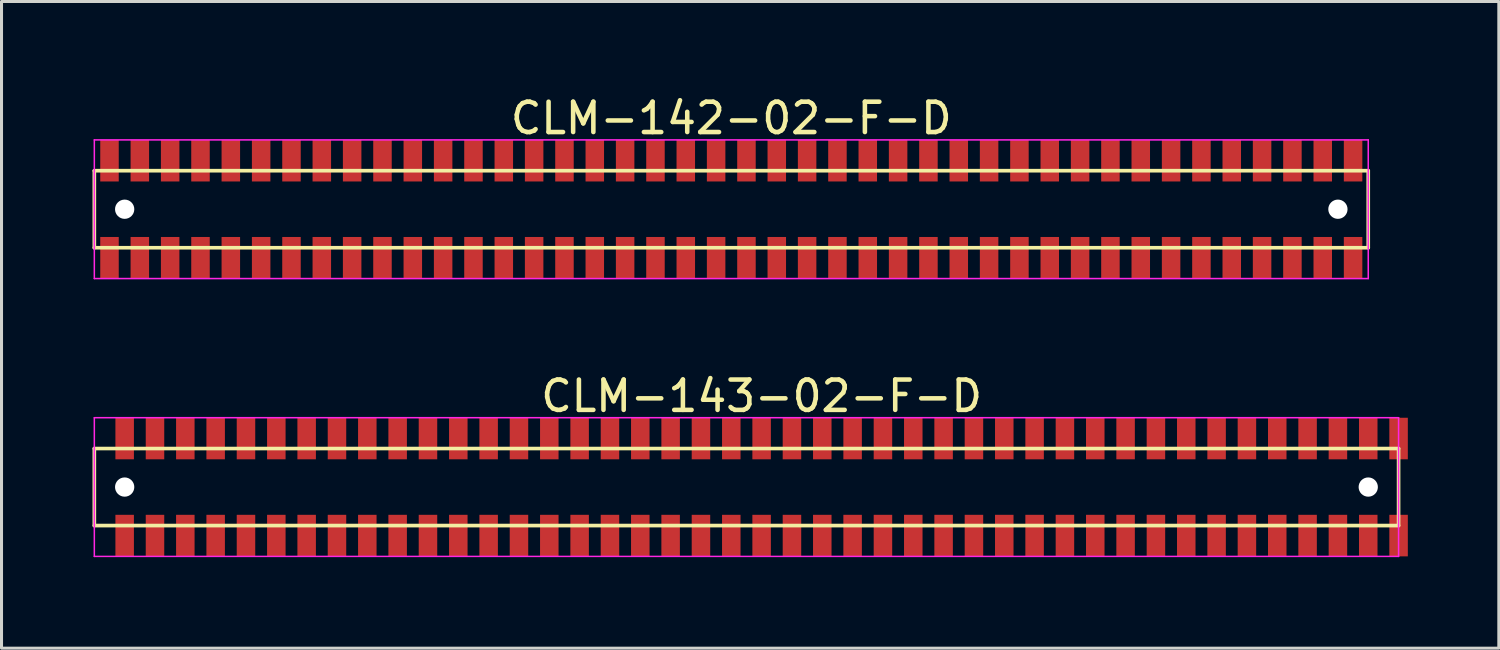
<source format=kicad_pcb>
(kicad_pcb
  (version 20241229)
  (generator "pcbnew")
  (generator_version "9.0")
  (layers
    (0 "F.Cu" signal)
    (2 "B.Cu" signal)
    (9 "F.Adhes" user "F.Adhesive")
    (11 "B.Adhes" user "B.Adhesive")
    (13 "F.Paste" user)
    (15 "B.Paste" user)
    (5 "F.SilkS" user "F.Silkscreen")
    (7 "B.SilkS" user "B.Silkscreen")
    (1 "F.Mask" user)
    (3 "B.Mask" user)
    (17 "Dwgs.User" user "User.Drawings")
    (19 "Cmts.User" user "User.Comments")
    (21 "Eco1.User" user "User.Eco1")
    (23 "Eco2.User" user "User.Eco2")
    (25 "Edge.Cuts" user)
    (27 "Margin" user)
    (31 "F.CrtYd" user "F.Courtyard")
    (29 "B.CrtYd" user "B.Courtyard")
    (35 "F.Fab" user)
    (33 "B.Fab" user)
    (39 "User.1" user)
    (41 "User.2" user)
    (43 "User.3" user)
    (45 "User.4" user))
  (footprint "CLM-142-02-F-D"
    (layer "F.Cu")
    (at 21.06 3.848)
    (property "Reference" "CLM-142-02-F-D" (at 0 -3 0) (layer "F.SilkS") (effects (font (size 1 1) (thickness 0.15))))
    (attr through_hole)
    (fp_line (start -21 -1.27) (end -21 1.27) (stroke (width 0.12) (type solid)) (layer "F.SilkS"))
    (fp_line (start -21 1.27) (end 21 1.27) (stroke (width 0.12) (type solid)) (layer "F.SilkS"))
    (fp_line (start 21 -1.27) (end -21 -1.27) (stroke (width 0.12) (type solid)) (layer "F.SilkS"))
    (fp_line (start 21 1.27) (end 21 -1.27) (stroke (width 0.12) (type solid)) (layer "F.SilkS"))
    (fp_line (start -21 -2.286) (end -21 2.286) (stroke (width 0.05) (type solid)) (layer "F.CrtYd"))
    (fp_line (start -21 2.286) (end 21 2.286) (stroke (width 0.05) (type solid)) (layer "F.CrtYd"))
    (fp_line (start 21 -2.286) (end -21 -2.286) (stroke (width 0.05) (type solid)) (layer "F.CrtYd"))
    (fp_line (start 21 2.286) (end 21 -2.286) (stroke (width 0.05) (type solid)) (layer "F.CrtYd"))
    (pad "" np_thru_hole circle (at -20 0) (size 0.635 0.635) (drill 0.635) (layers "*.Cu" "*.Mask"))
    (pad "" np_thru_hole circle (at 20 0) (size 0.635 0.635) (drill 0.635) (layers "*.Cu" "*.Mask"))
    (pad "1" smd rect (at -20.5 -1.6) (size 0.61 1.37) (layers "F.Cu" "F.Mask" "F.Paste"))
    (pad "2" smd rect (at -20.5 1.6) (size 0.61 1.37) (layers "F.Cu" "F.Mask" "F.Paste"))
    (pad "3" smd rect (at -19.5 -1.6) (size 0.61 1.37) (layers "F.Cu" "F.Mask" "F.Paste"))
    (pad "4" smd rect (at -19.5 1.6) (size 0.61 1.37) (layers "F.Cu" "F.Mask" "F.Paste"))
    (pad "5" smd rect (at -18.5 -1.6) (size 0.61 1.37) (layers "F.Cu" "F.Mask" "F.Paste"))
    (pad "6" smd rect (at -18.5 1.6) (size 0.61 1.37) (layers "F.Cu" "F.Mask" "F.Paste"))
    (pad "7" smd rect (at -17.5 -1.6) (size 0.61 1.37) (layers "F.Cu" "F.Mask" "F.Paste"))
    (pad "8" smd rect (at -17.5 1.6) (size 0.61 1.37) (layers "F.Cu" "F.Mask" "F.Paste"))
    (pad "9" smd rect (at -16.5 -1.6) (size 0.61 1.37) (layers "F.Cu" "F.Mask" "F.Paste"))
    (pad "10" smd rect (at -16.5 1.6) (size 0.61 1.37) (layers "F.Cu" "F.Mask" "F.Paste"))
    (pad "11" smd rect (at -15.5 -1.6) (size 0.61 1.37) (layers "F.Cu" "F.Mask" "F.Paste"))
    (pad "12" smd rect (at -15.5 1.6) (size 0.61 1.37) (layers "F.Cu" "F.Mask" "F.Paste"))
    (pad "13" smd rect (at -14.5 -1.6) (size 0.61 1.37) (layers "F.Cu" "F.Mask" "F.Paste"))
    (pad "14" smd rect (at -14.5 1.6) (size 0.61 1.37) (layers "F.Cu" "F.Mask" "F.Paste"))
    (pad "15" smd rect (at -13.5 -1.6) (size 0.61 1.37) (layers "F.Cu" "F.Mask" "F.Paste"))
    (pad "16" smd rect (at -13.5 1.6) (size 0.61 1.37) (layers "F.Cu" "F.Mask" "F.Paste"))
    (pad "17" smd rect (at -12.5 -1.6) (size 0.61 1.37) (layers "F.Cu" "F.Mask" "F.Paste"))
    (pad "18" smd rect (at -12.5 1.6) (size 0.61 1.37) (layers "F.Cu" "F.Mask" "F.Paste"))
    (pad "19" smd rect (at -11.5 -1.6) (size 0.61 1.37) (layers "F.Cu" "F.Mask" "F.Paste"))
    (pad "20" smd rect (at -11.5 1.6) (size 0.61 1.37) (layers "F.Cu" "F.Mask" "F.Paste"))
    (pad "21" smd rect (at -10.5 -1.6) (size 0.61 1.37) (layers "F.Cu" "F.Mask" "F.Paste"))
    (pad "22" smd rect (at -10.5 1.6) (size 0.61 1.37) (layers "F.Cu" "F.Mask" "F.Paste"))
    (pad "23" smd rect (at -9.5 -1.6) (size 0.61 1.37) (layers "F.Cu" "F.Mask" "F.Paste"))
    (pad "24" smd rect (at -9.5 1.6) (size 0.61 1.37) (layers "F.Cu" "F.Mask" "F.Paste"))
    (pad "25" smd rect (at -8.5 -1.6) (size 0.61 1.37) (layers "F.Cu" "F.Mask" "F.Paste"))
    (pad "26" smd rect (at -8.5 1.6) (size 0.61 1.37) (layers "F.Cu" "F.Mask" "F.Paste"))
    (pad "27" smd rect (at -7.5 -1.6) (size 0.61 1.37) (layers "F.Cu" "F.Mask" "F.Paste"))
    (pad "28" smd rect (at -7.5 1.6) (size 0.61 1.37) (layers "F.Cu" "F.Mask" "F.Paste"))
    (pad "29" smd rect (at -6.5 -1.6) (size 0.61 1.37) (layers "F.Cu" "F.Mask" "F.Paste"))
    (pad "30" smd rect (at -6.5 1.6) (size 0.61 1.37) (layers "F.Cu" "F.Mask" "F.Paste"))
    (pad "31" smd rect (at -5.5 -1.6) (size 0.61 1.37) (layers "F.Cu" "F.Mask" "F.Paste"))
    (pad "32" smd rect (at -5.5 1.6) (size 0.61 1.37) (layers "F.Cu" "F.Mask" "F.Paste"))
    (pad "33" smd rect (at -4.5 -1.6) (size 0.61 1.37) (layers "F.Cu" "F.Mask" "F.Paste"))
    (pad "34" smd rect (at -4.5 1.6) (size 0.61 1.37) (layers "F.Cu" "F.Mask" "F.Paste"))
    (pad "35" smd rect (at -3.5 -1.6) (size 0.61 1.37) (layers "F.Cu" "F.Mask" "F.Paste"))
    (pad "36" smd rect (at -3.5 1.6) (size 0.61 1.37) (layers "F.Cu" "F.Mask" "F.Paste"))
    (pad "37" smd rect (at -2.5 -1.6) (size 0.61 1.37) (layers "F.Cu" "F.Mask" "F.Paste"))
    (pad "38" smd rect (at -2.5 1.6) (size 0.61 1.37) (layers "F.Cu" "F.Mask" "F.Paste"))
    (pad "39" smd rect (at -1.5 -1.6) (size 0.61 1.37) (layers "F.Cu" "F.Mask" "F.Paste"))
    (pad "40" smd rect (at -1.5 1.6) (size 0.61 1.37) (layers "F.Cu" "F.Mask" "F.Paste"))
    (pad "41" smd rect (at -0.5 -1.6) (size 0.61 1.37) (layers "F.Cu" "F.Mask" "F.Paste"))
    (pad "42" smd rect (at -0.5 1.6) (size 0.61 1.37) (layers "F.Cu" "F.Mask" "F.Paste"))
    (pad "43" smd rect (at 0.5 -1.6) (size 0.61 1.37) (layers "F.Cu" "F.Mask" "F.Paste"))
    (pad "44" smd rect (at 0.5 1.6) (size 0.61 1.37) (layers "F.Cu" "F.Mask" "F.Paste"))
    (pad "45" smd rect (at 1.5 -1.6) (size 0.61 1.37) (layers "F.Cu" "F.Mask" "F.Paste"))
    (pad "46" smd rect (at 1.5 1.6) (size 0.61 1.37) (layers "F.Cu" "F.Mask" "F.Paste"))
    (pad "47" smd rect (at 2.5 -1.6) (size 0.61 1.37) (layers "F.Cu" "F.Mask" "F.Paste"))
    (pad "48" smd rect (at 2.5 1.6) (size 0.61 1.37) (layers "F.Cu" "F.Mask" "F.Paste"))
    (pad "49" smd rect (at 3.5 -1.6) (size 0.61 1.37) (layers "F.Cu" "F.Mask" "F.Paste"))
    (pad "50" smd rect (at 3.5 1.6) (size 0.61 1.37) (layers "F.Cu" "F.Mask" "F.Paste"))
    (pad "51" smd rect (at 4.5 -1.6) (size 0.61 1.37) (layers "F.Cu" "F.Mask" "F.Paste"))
    (pad "52" smd rect (at 4.5 1.6) (size 0.61 1.37) (layers "F.Cu" "F.Mask" "F.Paste"))
    (pad "53" smd rect (at 5.5 -1.6) (size 0.61 1.37) (layers "F.Cu" "F.Mask" "F.Paste"))
    (pad "54" smd rect (at 5.5 1.6) (size 0.61 1.37) (layers "F.Cu" "F.Mask" "F.Paste"))
    (pad "55" smd rect (at 6.5 -1.6) (size 0.61 1.37) (layers "F.Cu" "F.Mask" "F.Paste"))
    (pad "56" smd rect (at 6.5 1.6) (size 0.61 1.37) (layers "F.Cu" "F.Mask" "F.Paste"))
    (pad "57" smd rect (at 7.5 -1.6) (size 0.61 1.37) (layers "F.Cu" "F.Mask" "F.Paste"))
    (pad "58" smd rect (at 7.5 1.6) (size 0.61 1.37) (layers "F.Cu" "F.Mask" "F.Paste"))
    (pad "59" smd rect (at 8.5 -1.6) (size 0.61 1.37) (layers "F.Cu" "F.Mask" "F.Paste"))
    (pad "60" smd rect (at 8.5 1.6) (size 0.61 1.37) (layers "F.Cu" "F.Mask" "F.Paste"))
    (pad "61" smd rect (at 9.5 -1.6) (size 0.61 1.37) (layers "F.Cu" "F.Mask" "F.Paste"))
    (pad "62" smd rect (at 9.5 1.6) (size 0.61 1.37) (layers "F.Cu" "F.Mask" "F.Paste"))
    (pad "63" smd rect (at 10.5 -1.6) (size 0.61 1.37) (layers "F.Cu" "F.Mask" "F.Paste"))
    (pad "64" smd rect (at 10.5 1.6) (size 0.61 1.37) (layers "F.Cu" "F.Mask" "F.Paste"))
    (pad "65" smd rect (at 11.5 -1.6) (size 0.61 1.37) (layers "F.Cu" "F.Mask" "F.Paste"))
    (pad "66" smd rect (at 11.5 1.6) (size 0.61 1.37) (layers "F.Cu" "F.Mask" "F.Paste"))
    (pad "67" smd rect (at 12.5 -1.6) (size 0.61 1.37) (layers "F.Cu" "F.Mask" "F.Paste"))
    (pad "68" smd rect (at 12.5 1.6) (size 0.61 1.37) (layers "F.Cu" "F.Mask" "F.Paste"))
    (pad "69" smd rect (at 13.5 -1.6) (size 0.61 1.37) (layers "F.Cu" "F.Mask" "F.Paste"))
    (pad "70" smd rect (at 13.5 1.6) (size 0.61 1.37) (layers "F.Cu" "F.Mask" "F.Paste"))
    (pad "71" smd rect (at 14.5 -1.6) (size 0.61 1.37) (layers "F.Cu" "F.Mask" "F.Paste"))
    (pad "72" smd rect (at 14.5 1.6) (size 0.61 1.37) (layers "F.Cu" "F.Mask" "F.Paste"))
    (pad "73" smd rect (at 15.5 -1.6) (size 0.61 1.37) (layers "F.Cu" "F.Mask" "F.Paste"))
    (pad "74" smd rect (at 15.5 1.6) (size 0.61 1.37) (layers "F.Cu" "F.Mask" "F.Paste"))
    (pad "75" smd rect (at 16.5 -1.6) (size 0.61 1.37) (layers "F.Cu" "F.Mask" "F.Paste"))
    (pad "76" smd rect (at 16.5 1.6) (size 0.61 1.37) (layers "F.Cu" "F.Mask" "F.Paste"))
    (pad "77" smd rect (at 17.5 -1.6) (size 0.61 1.37) (layers "F.Cu" "F.Mask" "F.Paste"))
    (pad "78" smd rect (at 17.5 1.6) (size 0.61 1.37) (layers "F.Cu" "F.Mask" "F.Paste"))
    (pad "79" smd rect (at 18.5 -1.6) (size 0.61 1.37) (layers "F.Cu" "F.Mask" "F.Paste"))
    (pad "80" smd rect (at 18.5 1.6) (size 0.61 1.37) (layers "F.Cu" "F.Mask" "F.Paste"))
    (pad "81" smd rect (at 19.5 -1.6) (size 0.61 1.37) (layers "F.Cu" "F.Mask" "F.Paste"))
    (pad "82" smd rect (at 19.5 1.6) (size 0.61 1.37) (layers "F.Cu" "F.Mask" "F.Paste"))
    (pad "83" smd rect (at 20.5 -1.6) (size 0.61 1.37) (layers "F.Cu" "F.Mask" "F.Paste"))
    (pad "84" smd rect (at 20.5 1.6) (size 0.61 1.37) (layers "F.Cu" "F.Mask" "F.Paste")))
  (footprint "CLM-143-02-F-D"
    (layer "F.Cu")
    (at 22.06 13.008)
    (property "Reference" "CLM-143-02-F-D" (at 0 -3 0) (layer "F.SilkS") (effects (font (size 1 1) (thickness 0.15))))
    (attr through_hole)
    (fp_line (start -22 -1.27) (end -22 1.27) (stroke (width 0.12) (type solid)) (layer "F.SilkS"))
    (fp_line (start -22 1.27) (end 21 1.27) (stroke (width 0.12) (type solid)) (layer "F.SilkS"))
    (fp_line (start 21 -1.27) (end -22 -1.27) (stroke (width 0.12) (type solid)) (layer "F.SilkS"))
    (fp_line (start 21 1.27) (end 21 -1.27) (stroke (width 0.12) (type solid)) (layer "F.SilkS"))
    (fp_line (start -22 -2.286) (end -22 2.286) (stroke (width 0.05) (type solid)) (layer "F.CrtYd"))
    (fp_line (start -22 2.286) (end 21 2.286) (stroke (width 0.05) (type solid)) (layer "F.CrtYd"))
    (fp_line (start 21 -2.286) (end -22 -2.286) (stroke (width 0.05) (type solid)) (layer "F.CrtYd"))
    (fp_line (start 21 2.286) (end 21 -2.286) (stroke (width 0.05) (type solid)) (layer "F.CrtYd"))
    (pad "" np_thru_hole circle (at -21 0) (size 0.635 0.635) (drill 0.635) (layers "*.Cu" "*.Mask"))
    (pad "" np_thru_hole circle (at 20 0) (size 0.635 0.635) (drill 0.635) (layers "*.Cu" "*.Mask"))
    (pad "1" smd rect (at -21 -1.6) (size 0.61 1.37) (layers "F.Cu" "F.Mask" "F.Paste"))
    (pad "2" smd rect (at -21 1.6) (size 0.61 1.37) (layers "F.Cu" "F.Mask" "F.Paste"))
    (pad "3" smd rect (at -20 -1.6) (size 0.61 1.37) (layers "F.Cu" "F.Mask" "F.Paste"))
    (pad "4" smd rect (at -20 1.6) (size 0.61 1.37) (layers "F.Cu" "F.Mask" "F.Paste"))
    (pad "5" smd rect (at -19 -1.6) (size 0.61 1.37) (layers "F.Cu" "F.Mask" "F.Paste"))
    (pad "6" smd rect (at -19 1.6) (size 0.61 1.37) (layers "F.Cu" "F.Mask" "F.Paste"))
    (pad "7" smd rect (at -18 -1.6) (size 0.61 1.37) (layers "F.Cu" "F.Mask" "F.Paste"))
    (pad "8" smd rect (at -18 1.6) (size 0.61 1.37) (layers "F.Cu" "F.Mask" "F.Paste"))
    (pad "9" smd rect (at -17 -1.6) (size 0.61 1.37) (layers "F.Cu" "F.Mask" "F.Paste"))
    (pad "10" smd rect (at -17 1.6) (size 0.61 1.37) (layers "F.Cu" "F.Mask" "F.Paste"))
    (pad "11" smd rect (at -16 -1.6) (size 0.61 1.37) (layers "F.Cu" "F.Mask" "F.Paste"))
    (pad "12" smd rect (at -16 1.6) (size 0.61 1.37) (layers "F.Cu" "F.Mask" "F.Paste"))
    (pad "13" smd rect (at -15 -1.6) (size 0.61 1.37) (layers "F.Cu" "F.Mask" "F.Paste"))
    (pad "14" smd rect (at -15 1.6) (size 0.61 1.37) (layers "F.Cu" "F.Mask" "F.Paste"))
    (pad "15" smd rect (at -14 -1.6) (size 0.61 1.37) (layers "F.Cu" "F.Mask" "F.Paste"))
    (pad "16" smd rect (at -14 1.6) (size 0.61 1.37) (layers "F.Cu" "F.Mask" "F.Paste"))
    (pad "17" smd rect (at -13 -1.6) (size 0.61 1.37) (layers "F.Cu" "F.Mask" "F.Paste"))
    (pad "18" smd rect (at -13 1.6) (size 0.61 1.37) (layers "F.Cu" "F.Mask" "F.Paste"))
    (pad "19" smd rect (at -12 -1.6) (size 0.61 1.37) (layers "F.Cu" "F.Mask" "F.Paste"))
    (pad "20" smd rect (at -12 1.6) (size 0.61 1.37) (layers "F.Cu" "F.Mask" "F.Paste"))
    (pad "21" smd rect (at -11 -1.6) (size 0.61 1.37) (layers "F.Cu" "F.Mask" "F.Paste"))
    (pad "22" smd rect (at -11 1.6) (size 0.61 1.37) (layers "F.Cu" "F.Mask" "F.Paste"))
    (pad "23" smd rect (at -10 -1.6) (size 0.61 1.37) (layers "F.Cu" "F.Mask" "F.Paste"))
    (pad "24" smd rect (at -10 1.6) (size 0.61 1.37) (layers "F.Cu" "F.Mask" "F.Paste"))
    (pad "25" smd rect (at -9 -1.6) (size 0.61 1.37) (layers "F.Cu" "F.Mask" "F.Paste"))
    (pad "26" smd rect (at -9 1.6) (size 0.61 1.37) (layers "F.Cu" "F.Mask" "F.Paste"))
    (pad "27" smd rect (at -8 -1.6) (size 0.61 1.37) (layers "F.Cu" "F.Mask" "F.Paste"))
    (pad "28" smd rect (at -8 1.6) (size 0.61 1.37) (layers "F.Cu" "F.Mask" "F.Paste"))
    (pad "29" smd rect (at -7 -1.6) (size 0.61 1.37) (layers "F.Cu" "F.Mask" "F.Paste"))
    (pad "30" smd rect (at -7 1.6) (size 0.61 1.37) (layers "F.Cu" "F.Mask" "F.Paste"))
    (pad "31" smd rect (at -6 -1.6) (size 0.61 1.37) (layers "F.Cu" "F.Mask" "F.Paste"))
    (pad "32" smd rect (at -6 1.6) (size 0.61 1.37) (layers "F.Cu" "F.Mask" "F.Paste"))
    (pad "33" smd rect (at -5 -1.6) (size 0.61 1.37) (layers "F.Cu" "F.Mask" "F.Paste"))
    (pad "34" smd rect (at -5 1.6) (size 0.61 1.37) (layers "F.Cu" "F.Mask" "F.Paste"))
    (pad "35" smd rect (at -4 -1.6) (size 0.61 1.37) (layers "F.Cu" "F.Mask" "F.Paste"))
    (pad "36" smd rect (at -4 1.6) (size 0.61 1.37) (layers "F.Cu" "F.Mask" "F.Paste"))
    (pad "37" smd rect (at -3 -1.6) (size 0.61 1.37) (layers "F.Cu" "F.Mask" "F.Paste"))
    (pad "38" smd rect (at -3 1.6) (size 0.61 1.37) (layers "F.Cu" "F.Mask" "F.Paste"))
    (pad "39" smd rect (at -2 -1.6) (size 0.61 1.37) (layers "F.Cu" "F.Mask" "F.Paste"))
    (pad "40" smd rect (at -2 1.6) (size 0.61 1.37) (layers "F.Cu" "F.Mask" "F.Paste"))
    (pad "41" smd rect (at -1 -1.6) (size 0.61 1.37) (layers "F.Cu" "F.Mask" "F.Paste"))
    (pad "42" smd rect (at -1 1.6) (size 0.61 1.37) (layers "F.Cu" "F.Mask" "F.Paste"))
    (pad "43" smd rect (at 0 -1.6) (size 0.61 1.37) (layers "F.Cu" "F.Mask" "F.Paste"))
    (pad "44" smd rect (at 0 1.6) (size 0.61 1.37) (layers "F.Cu" "F.Mask" "F.Paste"))
    (pad "45" smd rect (at 1 -1.6) (size 0.61 1.37) (layers "F.Cu" "F.Mask" "F.Paste"))
    (pad "46" smd rect (at 1 1.6) (size 0.61 1.37) (layers "F.Cu" "F.Mask" "F.Paste"))
    (pad "47" smd rect (at 2 -1.6) (size 0.61 1.37) (layers "F.Cu" "F.Mask" "F.Paste"))
    (pad "48" smd rect (at 2 1.6) (size 0.61 1.37) (layers "F.Cu" "F.Mask" "F.Paste"))
    (pad "49" smd rect (at 3 -1.6) (size 0.61 1.37) (layers "F.Cu" "F.Mask" "F.Paste"))
    (pad "50" smd rect (at 3 1.6) (size 0.61 1.37) (layers "F.Cu" "F.Mask" "F.Paste"))
    (pad "51" smd rect (at 4 -1.6) (size 0.61 1.37) (layers "F.Cu" "F.Mask" "F.Paste"))
    (pad "52" smd rect (at 4 1.6) (size 0.61 1.37) (layers "F.Cu" "F.Mask" "F.Paste"))
    (pad "53" smd rect (at 5 -1.6) (size 0.61 1.37) (layers "F.Cu" "F.Mask" "F.Paste"))
    (pad "54" smd rect (at 5 1.6) (size 0.61 1.37) (layers "F.Cu" "F.Mask" "F.Paste"))
    (pad "55" smd rect (at 6 -1.6) (size 0.61 1.37) (layers "F.Cu" "F.Mask" "F.Paste"))
    (pad "56" smd rect (at 6 1.6) (size 0.61 1.37) (layers "F.Cu" "F.Mask" "F.Paste"))
    (pad "57" smd rect (at 7 -1.6) (size 0.61 1.37) (layers "F.Cu" "F.Mask" "F.Paste"))
    (pad "58" smd rect (at 7 1.6) (size 0.61 1.37) (layers "F.Cu" "F.Mask" "F.Paste"))
    (pad "59" smd rect (at 8 -1.6) (size 0.61 1.37) (layers "F.Cu" "F.Mask" "F.Paste"))
    (pad "60" smd rect (at 8 1.6) (size 0.61 1.37) (layers "F.Cu" "F.Mask" "F.Paste"))
    (pad "61" smd rect (at 9 -1.6) (size 0.61 1.37) (layers "F.Cu" "F.Mask" "F.Paste"))
    (pad "62" smd rect (at 9 1.6) (size 0.61 1.37) (layers "F.Cu" "F.Mask" "F.Paste"))
    (pad "63" smd rect (at 10 -1.6) (size 0.61 1.37) (layers "F.Cu" "F.Mask" "F.Paste"))
    (pad "64" smd rect (at 10 1.6) (size 0.61 1.37) (layers "F.Cu" "F.Mask" "F.Paste"))
    (pad "65" smd rect (at 11 -1.6) (size 0.61 1.37) (layers "F.Cu" "F.Mask" "F.Paste"))
    (pad "66" smd rect (at 11 1.6) (size 0.61 1.37) (layers "F.Cu" "F.Mask" "F.Paste"))
    (pad "67" smd rect (at 12 -1.6) (size 0.61 1.37) (layers "F.Cu" "F.Mask" "F.Paste"))
    (pad "68" smd rect (at 12 1.6) (size 0.61 1.37) (layers "F.Cu" "F.Mask" "F.Paste"))
    (pad "69" smd rect (at 13 -1.6) (size 0.61 1.37) (layers "F.Cu" "F.Mask" "F.Paste"))
    (pad "70" smd rect (at 13 1.6) (size 0.61 1.37) (layers "F.Cu" "F.Mask" "F.Paste"))
    (pad "71" smd rect (at 14 -1.6) (size 0.61 1.37) (layers "F.Cu" "F.Mask" "F.Paste"))
    (pad "72" smd rect (at 14 1.6) (size 0.61 1.37) (layers "F.Cu" "F.Mask" "F.Paste"))
    (pad "73" smd rect (at 15 -1.6) (size 0.61 1.37) (layers "F.Cu" "F.Mask" "F.Paste"))
    (pad "74" smd rect (at 15 1.6) (size 0.61 1.37) (layers "F.Cu" "F.Mask" "F.Paste"))
    (pad "75" smd rect (at 16 -1.6) (size 0.61 1.37) (layers "F.Cu" "F.Mask" "F.Paste"))
    (pad "76" smd rect (at 16 1.6) (size 0.61 1.37) (layers "F.Cu" "F.Mask" "F.Paste"))
    (pad "77" smd rect (at 17 -1.6) (size 0.61 1.37) (layers "F.Cu" "F.Mask" "F.Paste"))
    (pad "78" smd rect (at 17 1.6) (size 0.61 1.37) (layers "F.Cu" "F.Mask" "F.Paste"))
    (pad "79" smd rect (at 18 -1.6) (size 0.61 1.37) (layers "F.Cu" "F.Mask" "F.Paste"))
    (pad "80" smd rect (at 18 1.6) (size 0.61 1.37) (layers "F.Cu" "F.Mask" "F.Paste"))
    (pad "81" smd rect (at 19 -1.6) (size 0.61 1.37) (layers "F.Cu" "F.Mask" "F.Paste"))
    (pad "82" smd rect (at 19 1.6) (size 0.61 1.37) (layers "F.Cu" "F.Mask" "F.Paste"))
    (pad "83" smd rect (at 20 -1.6) (size 0.61 1.37) (layers "F.Cu" "F.Mask" "F.Paste"))
    (pad "84" smd rect (at 20 1.6) (size 0.61 1.37) (layers "F.Cu" "F.Mask" "F.Paste"))
    (pad "85" smd rect (at 21 -1.6) (size 0.61 1.37) (layers "F.Cu" "F.Mask" "F.Paste"))
    (pad "86" smd rect (at 21 1.6) (size 0.61 1.37) (layers "F.Cu" "F.Mask" "F.Paste")))
  (gr_rect
    (start -3 -3)
    (end 46.365 18.319)
    (stroke (width 0.1) (type default))
    (fill no)
    (layer "Edge.Cuts")))
</source>
